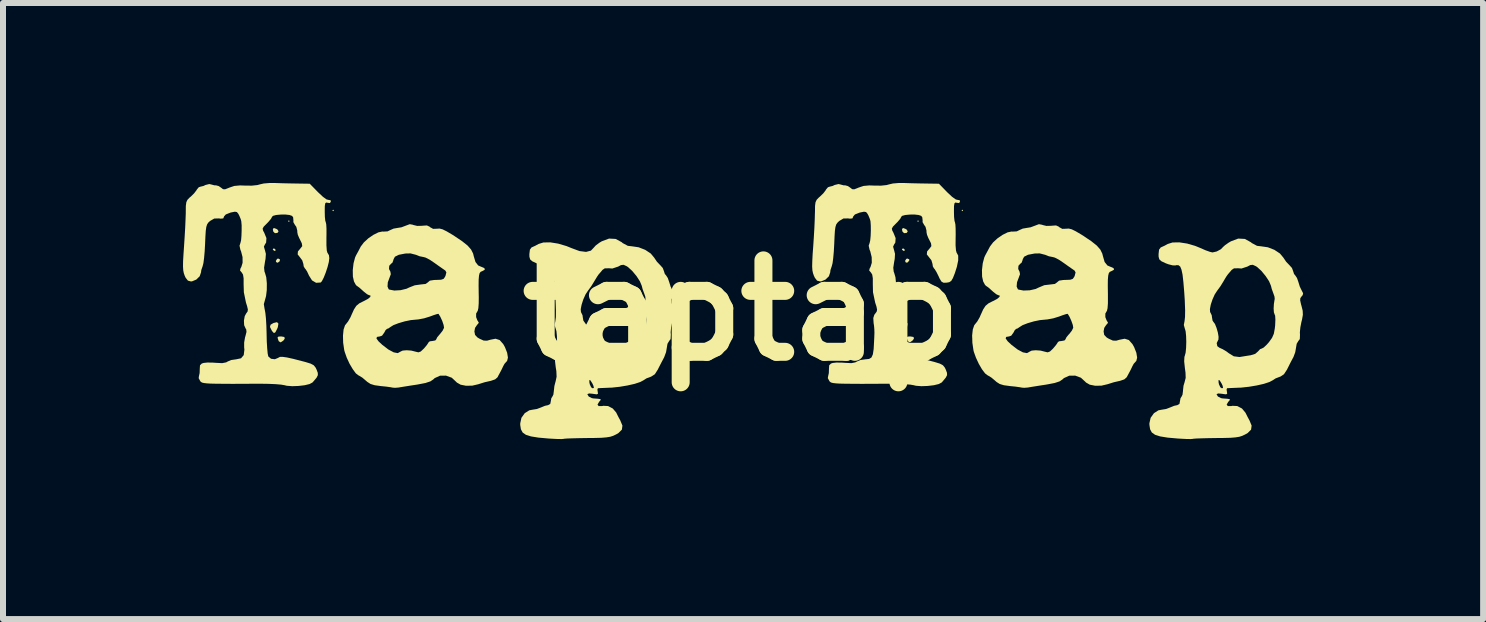
<source format=kicad_pcb>
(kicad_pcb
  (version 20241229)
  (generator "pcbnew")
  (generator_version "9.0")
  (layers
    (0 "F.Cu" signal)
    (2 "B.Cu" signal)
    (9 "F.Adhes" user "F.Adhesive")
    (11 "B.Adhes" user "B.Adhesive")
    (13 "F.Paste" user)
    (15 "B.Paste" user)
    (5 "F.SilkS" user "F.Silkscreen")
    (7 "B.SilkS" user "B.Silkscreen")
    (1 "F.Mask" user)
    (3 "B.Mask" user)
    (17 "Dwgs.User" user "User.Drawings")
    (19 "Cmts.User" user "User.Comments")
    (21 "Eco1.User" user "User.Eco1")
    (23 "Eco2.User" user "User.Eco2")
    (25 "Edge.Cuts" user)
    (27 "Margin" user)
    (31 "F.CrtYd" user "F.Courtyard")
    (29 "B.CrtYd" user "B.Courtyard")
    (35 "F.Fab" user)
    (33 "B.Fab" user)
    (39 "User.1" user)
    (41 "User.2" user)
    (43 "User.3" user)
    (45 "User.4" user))
  (footprint "taptap"
    (layer "F.Cu")
    (at 9.31 2.124)
    (property "Reference" "taptap" (at 0 0 0) (layer "F.SilkS") (effects (font (size 1.524 1.524) (thickness 0.3))))
    (attr board_only exclude_from_pos_files exclude_from_bom)
    (fp_poly (pts (xy -7.533 -1.489) (xy -7.546 -1.476) (xy -7.559 -1.489) (xy -7.546 -1.502)) (stroke (width 0) (type solid)) (fill yes) (layer "F.SilkS"))
    (fp_poly (pts (xy -6.795 -1.667) (xy -6.808 -1.654) (xy -6.821 -1.667) (xy -6.808 -1.68)) (stroke (width 0) (type solid)) (fill yes) (layer "F.SilkS"))
    (fp_poly (pts (xy 2.952 -1.489) (xy 2.94 -1.476) (xy 2.927 -1.489) (xy 2.94 -1.502)) (stroke (width 0) (type solid)) (fill yes) (layer "F.SilkS"))
    (fp_poly (pts (xy 3.69 -1.667) (xy 3.678 -1.654) (xy 3.665 -1.667) (xy 3.678 -1.68)) (stroke (width 0) (type solid)) (fill yes) (layer "F.SilkS"))
    (fp_poly (pts (xy -7.694 -0.85) (xy -7.699 -0.82) (xy -7.732 -0.795) (xy -7.758 -0.806) (xy -7.763 -0.825) (xy -7.742 -0.86) (xy -7.722 -0.865)) (stroke (width 0) (type solid)) (fill yes) (layer "F.SilkS"))
    (fp_poly (pts (xy 2.793 -0.851) (xy 2.794 -0.835) (xy 2.768 -0.801) (xy 2.738 -0.797) (xy 2.723 -0.825) (xy 2.744 -0.86) (xy 2.764 -0.865)) (stroke (width 0) (type solid)) (fill yes) (layer "F.SilkS"))
    (fp_poly (pts (xy -7.788 -1.031) (xy -7.764 -1.008) (xy -7.763 -1.004) (xy -7.782 -0.993) (xy -7.788 -0.993) (xy -7.812 -1.012) (xy -7.813 -1.02) (xy -7.798 -1.035)) (stroke (width 0) (type solid)) (fill yes) (layer "F.SilkS"))
    (fp_poly (pts (xy 2.698 -1.031) (xy 2.722 -1.008) (xy 2.723 -1.004) (xy 2.704 -0.993) (xy 2.698 -0.993) (xy 2.673 -1.012) (xy 2.672 -1.02) (xy 2.688 -1.035)) (stroke (width 0) (type solid)) (fill yes) (layer "F.SilkS"))
    (fp_poly (pts (xy -7.621 0.442) (xy -7.615 0.471) (xy -7.64 0.504) (xy -7.683 0.532) (xy -7.713 0.514) (xy -7.722 0.494) (xy -7.735 0.45) (xy -7.718 0.435) (xy -7.673 0.433)) (stroke (width 0) (type solid)) (fill yes) (layer "F.SilkS"))
    (fp_poly (pts (xy 2.865 0.442) (xy 2.871 0.471) (xy 2.845 0.504) (xy 2.803 0.532) (xy 2.773 0.514) (xy 2.764 0.494) (xy 2.751 0.45) (xy 2.768 0.435) (xy 2.812 0.433)) (stroke (width 0) (type solid)) (fill yes) (layer "F.SilkS"))
    (fp_poly (pts (xy -7.758 -1.361) (xy -7.737 -1.35) (xy -7.718 -1.319) (xy -7.735 -1.293) (xy -7.774 -1.288) (xy -7.782 -1.291) (xy -7.806 -1.316) (xy -7.813 -1.352) (xy -7.799 -1.374) (xy -7.794 -1.374)) (stroke (width 0) (type solid)) (fill yes) (layer "F.SilkS"))
    (fp_poly (pts (xy 2.727 -1.361) (xy 2.748 -1.35) (xy 2.768 -1.319) (xy 2.751 -1.293) (xy 2.711 -1.288) (xy 2.704 -1.291) (xy 2.679 -1.316) (xy 2.672 -1.352) (xy 2.687 -1.374) (xy 2.691 -1.374)) (stroke (width 0) (type solid)) (fill yes) (layer "F.SilkS"))
    (fp_poly (pts (xy -7.72 0.219) (xy -7.73 0.279) (xy -7.741 0.306) (xy -7.771 0.364) (xy -7.795 0.377) (xy -7.823 0.347) (xy -7.833 0.331) (xy -7.861 0.274) (xy -7.85 0.237) (xy -7.802 0.209) (xy -7.744 0.195)) (stroke (width 0) (type solid)) (fill yes) (layer "F.SilkS"))
    (fp_poly (pts (xy 2.765 0.219) (xy 2.755 0.279) (xy 2.744 0.306) (xy 2.715 0.364) (xy 2.691 0.377) (xy 2.663 0.347) (xy 2.653 0.331) (xy 2.625 0.274) (xy 2.636 0.237) (xy 2.684 0.209) (xy 2.741 0.195)) (stroke (width 0) (type solid)) (fill yes) (layer "F.SilkS"))
    (fp_poly (pts (xy -5.478 -1.428) (xy -5.47 -1.424) (xy -5.407 -1.409) (xy -5.327 -1.411) (xy -5.322 -1.412) (xy -5.246 -1.417) (xy -5.2 -1.396) (xy -5.193 -1.388) (xy -5.142 -1.36) (xy -5.08 -1.362) (xy -5.035 -1.365) (xy -4.984 -1.352) (xy -4.917 -1.319) (xy -4.822 -1.263) (xy -4.786 -1.24) (xy -4.657 -1.153) (xy -4.567 -1.081) (xy -4.509 -1.015) (xy -4.475 -0.948) (xy -4.465 -0.905) (xy -4.436 -0.808) (xy -4.391 -0.75) (xy -4.34 -0.728) (xy -4.287 -0.705) (xy -4.281 -0.678) (xy -4.324 -0.655) (xy -4.327 -0.654) (xy -4.35 -0.644) (xy -4.367 -0.622) (xy -4.377 -0.581) (xy -4.383 -0.513) (xy -4.384 -0.411) (xy -4.382 -0.268) (xy -4.381 -0.224) (xy -4.382 -0.118) (xy -4.388 -0.037) (xy -4.399 0.008) (xy -4.403 0.013) (xy -4.425 0.052) (xy -4.425 0.111) (xy -4.404 0.166) (xy -4.397 0.175) (xy -4.38 0.206) (xy -4.407 0.238) (xy -4.409 0.24) (xy -4.443 0.29) (xy -4.454 0.349) (xy -4.443 0.407) (xy -4.403 0.45) (xy -4.366 0.472) (xy -4.299 0.502) (xy -4.244 0.504) (xy -4.188 0.488) (xy -4.102 0.471) (xy -4.033 0.493) (xy -3.973 0.561) (xy -3.945 0.611) (xy -3.908 0.705) (xy -3.895 0.786) (xy -3.909 0.842) (xy -3.921 0.854) (xy -3.952 0.889) (xy -3.972 0.925) (xy -4.003 0.99) (xy -4.021 1.024) (xy -4.055 1.087) (xy -4.068 1.113) (xy -4.108 1.148) (xy -4.177 1.172) (xy -4.189 1.175) (xy -4.282 1.196) (xy -4.378 1.226) (xy -4.39 1.23) (xy -4.489 1.253) (xy -4.593 1.255) (xy -4.684 1.237) (xy -4.747 1.201) (xy -4.755 1.192) (xy -4.831 1.121) (xy -4.927 1.086) (xy -5.026 1.087) (xy -5.115 1.127) (xy -5.14 1.15) (xy -5.188 1.182) (xy -5.27 1.209) (xy -5.395 1.233) (xy -5.412 1.236) (xy -5.524 1.253) (xy -5.625 1.269) (xy -5.698 1.281) (xy -5.714 1.284) (xy -5.776 1.289) (xy -5.816 1.286) (xy -5.852 1.279) (xy -5.924 1.269) (xy -6.014 1.26) (xy -6.116 1.246) (xy -6.185 1.225) (xy -6.238 1.191) (xy -6.261 1.171) (xy -6.321 1.12) (xy -6.377 1.086) (xy -6.386 1.082) (xy -6.429 1.049) (xy -6.48 0.98) (xy -6.534 0.889) (xy -6.581 0.788) (xy -6.615 0.691) (xy -6.623 0.662) (xy -6.641 0.538) (xy -6.643 0.467) (xy -6.086 0.467) (xy -6.052 0.514) (xy -5.989 0.573) (xy -5.887 0.651) (xy -5.799 0.698) (xy -5.731 0.711) (xy -5.689 0.688) (xy -5.688 0.687) (xy -5.651 0.669) (xy -5.584 0.663) (xy -5.504 0.669) (xy -5.434 0.687) (xy -5.387 0.698) (xy -5.348 0.684) (xy -5.298 0.637) (xy -5.292 0.631) (xy -5.246 0.576) (xy -5.22 0.537) (xy -5.217 0.529) (xy -5.196 0.514) (xy -5.154 0.509) (xy -5.106 0.5) (xy -5.09 0.482) (xy -5.074 0.448) (xy -5.033 0.399) (xy -5.028 0.394) (xy -4.984 0.338) (xy -4.96 0.289) (xy -4.96 0.287) (xy -4.967 0.242) (xy -4.99 0.174) (xy -5.022 0.105) (xy -5.052 0.056) (xy -5.077 0.06) (xy -5.136 0.079) (xy -5.195 0.101) (xy -5.292 0.131) (xy -5.387 0.149) (xy -5.432 0.153) (xy -5.516 0.161) (xy -5.617 0.182) (xy -5.718 0.212) (xy -5.802 0.244) (xy -5.849 0.273) (xy -5.89 0.301) (xy -5.907 0.305) (xy -5.933 0.326) (xy -5.956 0.369) (xy -5.993 0.42) (xy -6.03 0.433) (xy -6.078 0.441) (xy -6.086 0.467) (xy -6.643 0.467) (xy -6.644 0.419) (xy -6.634 0.318) (xy -6.61 0.247) (xy -6.595 0.229) (xy -6.559 0.183) (xy -6.518 0.111) (xy -6.503 0.076) (xy -6.461 -0.017) (xy -6.422 -0.077) (xy -6.373 -0.118) (xy -6.3 -0.155) (xy -6.293 -0.158) (xy -6.226 -0.194) (xy -6.188 -0.227) (xy -6.186 -0.249) (xy -6.21 -0.255) (xy -6.243 -0.271) (xy -6.295 -0.312) (xy -6.316 -0.331) (xy -6.368 -0.378) (xy -6.397 -0.399) (xy -5.902 -0.399) (xy -5.883 -0.354) (xy -5.873 -0.348) (xy -5.788 -0.332) (xy -5.684 -0.338) (xy -5.585 -0.362) (xy -5.543 -0.382) (xy -5.449 -0.419) (xy -5.35 -0.433) (xy -5.266 -0.442) (xy -5.227 -0.47) (xy -5.227 -0.471) (xy -5.196 -0.497) (xy -5.124 -0.508) (xy -5.087 -0.509) (xy -5.01 -0.512) (xy -4.968 -0.526) (xy -4.944 -0.559) (xy -4.935 -0.579) (xy -4.921 -0.634) (xy -4.938 -0.665) (xy -4.951 -0.674) (xy -4.993 -0.703) (xy -5.06 -0.75) (xy -5.123 -0.795) (xy -5.199 -0.846) (xy -5.267 -0.881) (xy -5.305 -0.891) (xy -5.366 -0.903) (xy -5.426 -0.927) (xy -5.519 -0.951) (xy -5.604 -0.949) (xy -5.713 -0.928) (xy -5.778 -0.896) (xy -5.802 -0.852) (xy -5.803 -0.842) (xy -5.821 -0.795) (xy -5.841 -0.78) (xy -5.873 -0.745) (xy -5.877 -0.691) (xy -5.854 -0.647) (xy -5.847 -0.604) (xy -5.867 -0.55) (xy -5.897 -0.469) (xy -5.902 -0.399) (xy -6.397 -0.399) (xy -6.404 -0.405) (xy -6.411 -0.407) (xy -6.431 -0.428) (xy -6.458 -0.478) (xy -6.461 -0.484) (xy -6.479 -0.565) (xy -6.481 -0.672) (xy -6.468 -0.786) (xy -6.442 -0.884) (xy -6.426 -0.919) (xy -6.39 -0.984) (xy -6.35 -1.061) (xy -6.348 -1.065) (xy -6.297 -1.133) (xy -6.222 -1.202) (xy -6.136 -1.261) (xy -6.053 -1.302) (xy -5.986 -1.316) (xy -5.973 -1.314) (xy -5.901 -1.318) (xy -5.864 -1.336) (xy -5.801 -1.364) (xy -5.744 -1.374) (xy -5.669 -1.386) (xy -5.598 -1.413) (xy -5.531 -1.438)) (stroke (width 0) (type solid)) (fill yes) (layer "F.SilkS"))
    (fp_poly (pts (xy 5.007 -1.428) (xy 5.016 -1.424) (xy 5.078 -1.409) (xy 5.159 -1.411) (xy 5.164 -1.412) (xy 5.24 -1.417) (xy 5.286 -1.396) (xy 5.293 -1.388) (xy 5.344 -1.36) (xy 5.405 -1.362) (xy 5.451 -1.365) (xy 5.502 -1.352) (xy 5.569 -1.319) (xy 5.664 -1.263) (xy 5.7 -1.24) (xy 5.829 -1.153) (xy 5.919 -1.081) (xy 5.977 -1.015) (xy 6.01 -0.948) (xy 6.021 -0.905) (xy 6.049 -0.808) (xy 6.095 -0.75) (xy 6.146 -0.728) (xy 6.199 -0.705) (xy 6.205 -0.678) (xy 6.162 -0.655) (xy 6.159 -0.654) (xy 6.136 -0.644) (xy 6.119 -0.622) (xy 6.109 -0.581) (xy 6.103 -0.513) (xy 6.102 -0.411) (xy 6.104 -0.268) (xy 6.104 -0.224) (xy 6.104 -0.118) (xy 6.098 -0.037) (xy 6.087 0.008) (xy 6.083 0.013) (xy 6.061 0.052) (xy 6.061 0.111) (xy 6.082 0.166) (xy 6.089 0.175) (xy 6.106 0.206) (xy 6.079 0.238) (xy 6.076 0.24) (xy 6.043 0.29) (xy 6.032 0.349) (xy 6.042 0.407) (xy 6.083 0.45) (xy 6.12 0.472) (xy 6.187 0.502) (xy 6.242 0.504) (xy 6.298 0.488) (xy 6.384 0.471) (xy 6.453 0.493) (xy 6.513 0.561) (xy 6.541 0.611) (xy 6.578 0.705) (xy 6.591 0.786) (xy 6.577 0.842) (xy 6.565 0.854) (xy 6.534 0.889) (xy 6.514 0.925) (xy 6.483 0.99) (xy 6.465 1.024) (xy 6.431 1.087) (xy 6.417 1.113) (xy 6.378 1.148) (xy 6.309 1.172) (xy 6.296 1.175) (xy 6.204 1.196) (xy 6.108 1.226) (xy 6.095 1.23) (xy 5.997 1.253) (xy 5.893 1.255) (xy 5.802 1.237) (xy 5.739 1.201) (xy 5.731 1.192) (xy 5.654 1.121) (xy 5.559 1.086) (xy 5.46 1.087) (xy 5.371 1.127) (xy 5.346 1.15) (xy 5.298 1.182) (xy 5.216 1.209) (xy 5.09 1.233) (xy 5.073 1.236) (xy 4.962 1.253) (xy 4.861 1.269) (xy 4.788 1.281) (xy 4.772 1.284) (xy 4.709 1.289) (xy 4.67 1.286) (xy 4.633 1.279) (xy 4.562 1.269) (xy 4.472 1.26) (xy 4.369 1.246) (xy 4.3 1.225) (xy 4.247 1.191) (xy 4.225 1.171) (xy 4.164 1.12) (xy 4.109 1.086) (xy 4.1 1.082) (xy 4.057 1.049) (xy 4.005 0.98) (xy 3.952 0.889) (xy 3.905 0.788) (xy 3.87 0.691) (xy 3.863 0.662) (xy 3.845 0.538) (xy 3.843 0.467) (xy 4.4 0.467) (xy 4.434 0.514) (xy 4.497 0.573) (xy 4.599 0.651) (xy 4.687 0.698) (xy 4.755 0.711) (xy 4.797 0.688) (xy 4.797 0.687) (xy 4.834 0.669) (xy 4.902 0.663) (xy 4.982 0.669) (xy 5.052 0.687) (xy 5.099 0.698) (xy 5.138 0.684) (xy 5.188 0.637) (xy 5.193 0.631) (xy 5.239 0.576) (xy 5.266 0.537) (xy 5.268 0.529) (xy 5.29 0.514) (xy 5.332 0.509) (xy 5.38 0.5) (xy 5.396 0.482) (xy 5.412 0.448) (xy 5.452 0.399) (xy 5.458 0.394) (xy 5.502 0.338) (xy 5.526 0.289) (xy 5.526 0.287) (xy 5.519 0.242) (xy 5.495 0.174) (xy 5.464 0.105) (xy 5.434 0.056) (xy 5.409 0.06) (xy 5.35 0.079) (xy 5.291 0.101) (xy 5.194 0.131) (xy 5.098 0.149) (xy 5.054 0.153) (xy 4.97 0.161) (xy 4.869 0.182) (xy 4.767 0.212) (xy 4.684 0.244) (xy 4.637 0.273) (xy 4.596 0.301) (xy 4.579 0.305) (xy 4.553 0.326) (xy 4.53 0.369) (xy 4.493 0.42) (xy 4.456 0.433) (xy 4.408 0.441) (xy 4.4 0.467) (xy 3.843 0.467) (xy 3.841 0.419) (xy 3.852 0.318) (xy 3.876 0.247) (xy 3.89 0.229) (xy 3.927 0.183) (xy 3.968 0.111) (xy 3.983 0.076) (xy 4.025 -0.017) (xy 4.064 -0.077) (xy 4.113 -0.118) (xy 4.185 -0.155) (xy 4.193 -0.158) (xy 4.26 -0.194) (xy 4.298 -0.227) (xy 4.3 -0.249) (xy 4.276 -0.255) (xy 4.243 -0.271) (xy 4.191 -0.312) (xy 4.17 -0.331) (xy 4.118 -0.378) (xy 4.089 -0.399) (xy 4.583 -0.399) (xy 4.603 -0.354) (xy 4.613 -0.348) (xy 4.697 -0.332) (xy 4.801 -0.336) (xy 4.899 -0.358) (xy 4.95 -0.382) (xy 5.043 -0.421) (xy 5.136 -0.432) (xy 5.22 -0.442) (xy 5.259 -0.47) (xy 5.259 -0.471) (xy 5.29 -0.497) (xy 5.362 -0.508) (xy 5.399 -0.509) (xy 5.476 -0.512) (xy 5.518 -0.526) (xy 5.542 -0.559) (xy 5.551 -0.579) (xy 5.565 -0.634) (xy 5.548 -0.665) (xy 5.535 -0.674) (xy 5.493 -0.703) (xy 5.426 -0.75) (xy 5.363 -0.795) (xy 5.287 -0.846) (xy 5.219 -0.881) (xy 5.181 -0.891) (xy 5.12 -0.903) (xy 5.06 -0.927) (xy 4.967 -0.951) (xy 4.882 -0.949) (xy 4.772 -0.928) (xy 4.708 -0.896) (xy 4.684 -0.852) (xy 4.683 -0.842) (xy 4.665 -0.795) (xy 4.645 -0.78) (xy 4.613 -0.745) (xy 4.609 -0.691) (xy 4.631 -0.647) (xy 4.639 -0.604) (xy 4.619 -0.55) (xy 4.589 -0.469) (xy 4.583 -0.399) (xy 4.089 -0.399) (xy 4.081 -0.405) (xy 4.075 -0.407) (xy 4.055 -0.428) (xy 4.028 -0.478) (xy 4.025 -0.484) (xy 4.007 -0.565) (xy 4.005 -0.672) (xy 4.018 -0.786) (xy 4.044 -0.884) (xy 4.06 -0.919) (xy 4.095 -0.984) (xy 4.136 -1.061) (xy 4.138 -1.065) (xy 4.189 -1.133) (xy 4.264 -1.202) (xy 4.35 -1.261) (xy 4.433 -1.302) (xy 4.5 -1.316) (xy 4.512 -1.314) (xy 4.585 -1.318) (xy 4.622 -1.336) (xy 4.684 -1.364) (xy 4.741 -1.374) (xy 4.816 -1.386) (xy 4.888 -1.413) (xy 4.954 -1.438)) (stroke (width 0) (type solid)) (fill yes) (layer "F.SilkS"))
    (fp_poly (pts (xy -2.099 -1.192) (xy -1.998 -1.137) (xy -1.983 -1.123) (xy -1.897 -1.077) (xy -1.827 -1.069) (xy -1.717 -1.053) (xy -1.607 -1.01) (xy -1.515 -0.949) (xy -1.459 -0.882) (xy -1.412 -0.812) (xy -1.358 -0.756) (xy -1.315 -0.708) (xy -1.298 -0.663) (xy -1.28 -0.608) (xy -1.261 -0.587) (xy -1.231 -0.541) (xy -1.208 -0.475) (xy -1.184 -0.398) (xy -1.155 -0.338) (xy -1.133 -0.284) (xy -1.147 -0.236) (xy -1.15 -0.23) (xy -1.168 -0.185) (xy -1.165 -0.124) (xy -1.151 -0.065) (xy -1.135 0.019) (xy -1.137 0.097) (xy -1.157 0.192) (xy -1.176 0.284) (xy -1.183 0.366) (xy -1.18 0.404) (xy -1.184 0.477) (xy -1.207 0.507) (xy -1.236 0.555) (xy -1.247 0.62) (xy -1.26 0.696) (xy -1.291 0.779) (xy -1.296 0.789) (xy -1.34 0.872) (xy -1.387 0.964) (xy -1.396 0.983) (xy -1.447 1.063) (xy -1.509 1.103) (xy -1.518 1.106) (xy -1.587 1.132) (xy -1.633 1.162) (xy -1.689 1.192) (xy -1.783 1.223) (xy -1.902 1.25) (xy -2.033 1.272) (xy -2.164 1.286) (xy -2.202 1.287) (xy -2.292 1.291) (xy -2.362 1.294) (xy -2.396 1.296) (xy -2.396 1.296) (xy -2.404 1.318) (xy -2.399 1.352) (xy -2.394 1.387) (xy -2.413 1.398) (xy -2.468 1.391) (xy -2.478 1.389) (xy -2.542 1.383) (xy -2.57 1.394) (xy -2.571 1.397) (xy -2.549 1.434) (xy -2.497 1.461) (xy -2.469 1.466) (xy -2.39 1.472) (xy -2.353 1.478) (xy -2.349 1.491) (xy -2.37 1.516) (xy -2.377 1.525) (xy -2.402 1.569) (xy -2.384 1.593) (xy -2.326 1.593) (xy -2.304 1.589) (xy -2.226 1.593) (xy -2.148 1.634) (xy -2.09 1.702) (xy -2.085 1.713) (xy -2.052 1.779) (xy -2.023 1.832) (xy -1.987 1.919) (xy -1.996 1.986) (xy -2.052 2.042) (xy -2.093 2.066) (xy -2.141 2.089) (xy -2.191 2.105) (xy -2.254 2.115) (xy -2.338 2.122) (xy -2.456 2.125) (xy -2.572 2.126) (xy -2.705 2.128) (xy -2.821 2.131) (xy -2.908 2.134) (xy -2.959 2.138) (xy -2.966 2.14) (xy -3.001 2.143) (xy -3.074 2.142) (xy -3.171 2.137) (xy -3.22 2.134) (xy -3.387 2.119) (xy -3.511 2.099) (xy -3.596 2.072) (xy -3.65 2.034) (xy -3.679 1.98) (xy -3.69 1.909) (xy -3.69 1.881) (xy -3.67 1.789) (xy -3.615 1.712) (xy -3.539 1.664) (xy -3.486 1.654) (xy -3.412 1.642) (xy -3.343 1.616) (xy -3.278 1.589) (xy -3.226 1.578) (xy -3.19 1.558) (xy -3.181 1.516) (xy -3.172 1.462) (xy -3.156 1.438) (xy -3.138 1.404) (xy -3.13 1.343) (xy -3.13 1.343) (xy -3.121 1.26) (xy -3.105 1.198) (xy -2.538 1.198) (xy -2.531 1.231) (xy -2.508 1.281) (xy -2.481 1.298) (xy -2.462 1.289) (xy -2.471 1.253) (xy -2.486 1.22) (xy -2.519 1.166) (xy -2.538 1.158) (xy -2.538 1.198) (xy -3.105 1.198) (xy -3.1 1.18) (xy -3.084 1.105) (xy -3.088 1.011) (xy -3.098 0.95) (xy -3.111 0.839) (xy -3.105 0.767) (xy -3.1 0.756) (xy -3.087 0.704) (xy -3.079 0.621) (xy -3.076 0.523) (xy -3.079 0.426) (xy -3.087 0.346) (xy -3.1 0.299) (xy -3.102 0.296) (xy -3.117 0.242) (xy -3.105 0.179) (xy -3.096 0.11) (xy -3.095 -0.005) (xy -3.096 -0.022) (xy -2.682 -0.022) (xy -2.678 0.027) (xy -2.674 0.034) (xy -2.652 0.08) (xy -2.647 0.118) (xy -2.638 0.169) (xy -2.624 0.189) (xy -2.598 0.225) (xy -2.572 0.29) (xy -2.55 0.367) (xy -2.538 0.438) (xy -2.539 0.485) (xy -2.543 0.492) (xy -2.569 0.544) (xy -2.558 0.595) (xy -2.526 0.62) (xy -2.468 0.646) (xy -2.405 0.684) (xy -2.367 0.713) (xy -2.284 0.764) (xy -2.189 0.776) (xy -2.176 0.774) (xy -2.097 0.761) (xy -2.008 0.747) (xy -2.004 0.747) (xy -1.926 0.723) (xy -1.882 0.684) (xy -1.846 0.645) (xy -1.821 0.636) (xy -1.786 0.618) (xy -1.734 0.57) (xy -1.698 0.528) (xy -1.647 0.457) (xy -1.617 0.389) (xy -1.601 0.302) (xy -1.595 0.249) (xy -1.59 0.154) (xy -1.595 0.087) (xy -1.605 0.063) (xy -1.616 0.031) (xy -1.62 -0.032) (xy -1.616 -0.108) (xy -1.605 -0.179) (xy -1.602 -0.191) (xy -1.606 -0.231) (xy -1.623 -0.28) (xy -1.651 -0.357) (xy -1.665 -0.412) (xy -1.696 -0.486) (xy -1.753 -0.574) (xy -1.824 -0.659) (xy -1.894 -0.723) (xy -1.915 -0.737) (xy -1.968 -0.761) (xy -2.011 -0.756) (xy -2.058 -0.731) (xy -2.155 -0.699) (xy -2.208 -0.703) (xy -2.281 -0.702) (xy -2.319 -0.676) (xy -2.361 -0.626) (xy -2.381 -0.604) (xy -2.41 -0.562) (xy -2.449 -0.498) (xy -2.457 -0.484) (xy -2.505 -0.406) (xy -2.556 -0.336) (xy -2.56 -0.331) (xy -2.602 -0.267) (xy -2.639 -0.184) (xy -2.667 -0.097) (xy -2.682 -0.022) (xy -3.096 -0.022) (xy -3.101 -0.165) (xy -3.11 -0.303) (xy -3.124 -0.472) (xy -3.138 -0.596) (xy -3.155 -0.68) (xy -3.177 -0.731) (xy -3.205 -0.754) (xy -3.242 -0.755) (xy -3.259 -0.75) (xy -3.306 -0.752) (xy -3.378 -0.771) (xy -3.42 -0.787) (xy -3.49 -0.82) (xy -3.525 -0.851) (xy -3.537 -0.895) (xy -3.538 -0.938) (xy -3.529 -1.013) (xy -3.502 -1.05) (xy -3.493 -1.054) (xy -3.438 -1.079) (xy -3.385 -1.108) (xy -3.304 -1.133) (xy -3.19 -1.135) (xy -3.058 -1.114) (xy -2.919 -1.073) (xy -2.835 -1.039) (xy -2.703 -0.99) (xy -2.593 -0.976) (xy -2.512 -0.997) (xy -2.469 -1.042) (xy -2.433 -1.082) (xy -2.369 -1.13) (xy -2.33 -1.153) (xy -2.21 -1.198)) (stroke (width 0) (type solid)) (fill yes) (layer "F.SilkS"))
    (fp_poly (pts (xy 8.387 -1.192) (xy 8.488 -1.136) (xy 8.503 -1.123) (xy 8.589 -1.077) (xy 8.658 -1.069) (xy 8.769 -1.053) (xy 8.879 -1.01) (xy 8.971 -0.949) (xy 9.027 -0.882) (xy 9.074 -0.812) (xy 9.128 -0.756) (xy 9.171 -0.708) (xy 9.188 -0.663) (xy 9.206 -0.608) (xy 9.224 -0.587) (xy 9.255 -0.541) (xy 9.278 -0.475) (xy 9.302 -0.397) (xy 9.333 -0.334) (xy 9.357 -0.287) (xy 9.35 -0.255) (xy 9.333 -0.236) (xy 9.311 -0.206) (xy 9.308 -0.168) (xy 9.322 -0.104) (xy 9.33 -0.076) (xy 9.35 0.004) (xy 9.353 0.072) (xy 9.339 0.152) (xy 9.329 0.19) (xy 9.311 0.282) (xy 9.303 0.365) (xy 9.305 0.404) (xy 9.302 0.477) (xy 9.279 0.507) (xy 9.25 0.555) (xy 9.239 0.62) (xy 9.226 0.696) (xy 9.195 0.779) (xy 9.189 0.789) (xy 9.145 0.872) (xy 9.099 0.964) (xy 9.09 0.983) (xy 9.038 1.063) (xy 8.977 1.103) (xy 8.967 1.106) (xy 8.899 1.132) (xy 8.853 1.162) (xy 8.797 1.192) (xy 8.703 1.223) (xy 8.584 1.25) (xy 8.452 1.272) (xy 8.322 1.286) (xy 8.284 1.287) (xy 8.193 1.291) (xy 8.124 1.294) (xy 8.09 1.296) (xy 8.089 1.296) (xy 8.082 1.318) (xy 8.087 1.352) (xy 8.092 1.387) (xy 8.073 1.398) (xy 8.018 1.391) (xy 8.008 1.389) (xy 7.944 1.383) (xy 7.916 1.394) (xy 7.915 1.397) (xy 7.937 1.434) (xy 7.989 1.461) (xy 8.017 1.466) (xy 8.096 1.472) (xy 8.133 1.478) (xy 8.137 1.491) (xy 8.116 1.516) (xy 8.108 1.525) (xy 8.083 1.569) (xy 8.102 1.593) (xy 8.16 1.593) (xy 8.181 1.589) (xy 8.26 1.593) (xy 8.338 1.634) (xy 8.395 1.702) (xy 8.401 1.713) (xy 8.434 1.779) (xy 8.463 1.832) (xy 8.499 1.919) (xy 8.49 1.986) (xy 8.434 2.042) (xy 8.392 2.066) (xy 8.344 2.089) (xy 8.294 2.105) (xy 8.232 2.115) (xy 8.147 2.122) (xy 8.03 2.125) (xy 7.914 2.126) (xy 7.781 2.128) (xy 7.665 2.131) (xy 7.577 2.134) (xy 7.527 2.138) (xy 7.519 2.14) (xy 7.485 2.143) (xy 7.412 2.142) (xy 7.315 2.137) (xy 7.266 2.134) (xy 7.098 2.119) (xy 6.975 2.099) (xy 6.89 2.072) (xy 6.836 2.034) (xy 6.807 1.98) (xy 6.796 1.909) (xy 6.795 1.881) (xy 6.816 1.789) (xy 6.871 1.712) (xy 6.946 1.664) (xy 7 1.654) (xy 7.074 1.642) (xy 7.142 1.616) (xy 7.208 1.589) (xy 7.26 1.578) (xy 7.296 1.558) (xy 7.304 1.516) (xy 7.314 1.462) (xy 7.33 1.438) (xy 7.347 1.404) (xy 7.355 1.343) (xy 7.355 1.336) (xy 7.364 1.254) (xy 7.381 1.198) (xy 7.948 1.198) (xy 7.955 1.231) (xy 7.978 1.281) (xy 8.005 1.298) (xy 8.023 1.289) (xy 8.015 1.253) (xy 8 1.22) (xy 7.967 1.166) (xy 7.948 1.158) (xy 7.948 1.198) (xy 7.381 1.198) (xy 7.384 1.186) (xy 7.4 1.124) (xy 7.397 1.035) (xy 7.387 0.962) (xy 7.375 0.849) (xy 7.379 0.773) (xy 7.385 0.756) (xy 7.399 0.704) (xy 7.407 0.621) (xy 7.41 0.523) (xy 7.407 0.426) (xy 7.399 0.346) (xy 7.385 0.299) (xy 7.384 0.296) (xy 7.369 0.242) (xy 7.381 0.179) (xy 7.389 0.11) (xy 7.391 -0.005) (xy 7.39 -0.022) (xy 7.804 -0.022) (xy 7.807 0.027) (xy 7.812 0.034) (xy 7.834 0.08) (xy 7.839 0.118) (xy 7.848 0.169) (xy 7.861 0.189) (xy 7.888 0.225) (xy 7.914 0.29) (xy 7.936 0.367) (xy 7.948 0.438) (xy 7.946 0.485) (xy 7.942 0.492) (xy 7.917 0.544) (xy 7.927 0.595) (xy 7.96 0.62) (xy 8.017 0.646) (xy 8.081 0.684) (xy 8.119 0.713) (xy 8.202 0.764) (xy 8.297 0.776) (xy 8.31 0.774) (xy 8.389 0.761) (xy 8.478 0.747) (xy 8.482 0.747) (xy 8.559 0.723) (xy 8.604 0.684) (xy 8.64 0.645) (xy 8.665 0.636) (xy 8.7 0.618) (xy 8.751 0.57) (xy 8.788 0.528) (xy 8.839 0.457) (xy 8.869 0.389) (xy 8.885 0.302) (xy 8.891 0.249) (xy 8.895 0.154) (xy 8.891 0.087) (xy 8.881 0.063) (xy 8.87 0.031) (xy 8.866 -0.032) (xy 8.87 -0.108) (xy 8.881 -0.179) (xy 8.884 -0.191) (xy 8.88 -0.231) (xy 8.863 -0.28) (xy 8.835 -0.357) (xy 8.821 -0.412) (xy 8.79 -0.486) (xy 8.732 -0.574) (xy 8.662 -0.659) (xy 8.592 -0.723) (xy 8.571 -0.737) (xy 8.518 -0.761) (xy 8.475 -0.756) (xy 8.428 -0.731) (xy 8.33 -0.699) (xy 8.278 -0.703) (xy 8.205 -0.702) (xy 8.167 -0.676) (xy 8.124 -0.626) (xy 8.105 -0.604) (xy 8.075 -0.562) (xy 8.037 -0.498) (xy 8.029 -0.484) (xy 7.981 -0.406) (xy 7.93 -0.336) (xy 7.926 -0.331) (xy 7.884 -0.267) (xy 7.847 -0.184) (xy 7.818 -0.097) (xy 7.804 -0.022) (xy 7.39 -0.022) (xy 7.385 -0.165) (xy 7.376 -0.303) (xy 7.362 -0.472) (xy 7.348 -0.596) (xy 7.33 -0.68) (xy 7.309 -0.731) (xy 7.28 -0.754) (xy 7.244 -0.755) (xy 7.227 -0.75) (xy 7.18 -0.752) (xy 7.108 -0.771) (xy 7.066 -0.787) (xy 6.996 -0.82) (xy 6.961 -0.851) (xy 6.949 -0.895) (xy 6.948 -0.938) (xy 6.956 -1.013) (xy 6.984 -1.05) (xy 6.993 -1.054) (xy 7.048 -1.079) (xy 7.101 -1.108) (xy 7.181 -1.133) (xy 7.293 -1.135) (xy 7.424 -1.115) (xy 7.559 -1.076) (xy 7.644 -1.041) (xy 7.731 -1.003) (xy 7.804 -0.977) (xy 7.847 -0.967) (xy 7.917 -0.983) (xy 7.986 -1.02) (xy 8.023 -1.058) (xy 8.056 -1.088) (xy 8.116 -1.13) (xy 8.156 -1.153) (xy 8.276 -1.198)) (stroke (width 0) (type solid)) (fill yes) (layer "F.SilkS"))
    (fp_poly (pts (xy 2.832 -2.12) (xy 2.971 -2.117) (xy 3.088 -2.115) (xy 3.288 -2.112) (xy 3.426 -1.97) (xy 3.507 -1.894) (xy 3.569 -1.85) (xy 3.602 -1.842) (xy 3.634 -1.837) (xy 3.639 -1.817) (xy 3.625 -1.79) (xy 3.589 -1.794) (xy 3.561 -1.799) (xy 3.546 -1.784) (xy 3.539 -1.74) (xy 3.538 -1.656) (xy 3.538 -1.648) (xy 3.54 -1.561) (xy 3.547 -1.495) (xy 3.555 -1.467) (xy 3.562 -1.435) (xy 3.566 -1.365) (xy 3.567 -1.268) (xy 3.566 -1.211) (xy 3.565 -1.086) (xy 3.572 -0.999) (xy 3.584 -0.958) (xy 3.587 -0.956) (xy 3.609 -0.914) (xy 3.609 -0.835) (xy 3.587 -0.728) (xy 3.554 -0.624) (xy 3.521 -0.54) (xy 3.493 -0.493) (xy 3.46 -0.471) (xy 3.415 -0.463) (xy 3.364 -0.462) (xy 3.33 -0.481) (xy 3.3 -0.53) (xy 3.282 -0.57) (xy 3.247 -0.64) (xy 3.217 -0.689) (xy 3.206 -0.7) (xy 3.186 -0.735) (xy 3.181 -0.774) (xy 3.163 -0.835) (xy 3.13 -0.878) (xy 3.086 -0.934) (xy 3.091 -0.984) (xy 3.129 -1.029) (xy 3.162 -1.072) (xy 3.156 -1.118) (xy 3.151 -1.129) (xy 3.11 -1.21) (xy 3.089 -1.262) (xy 3.081 -1.303) (xy 3.08 -1.333) (xy 3.064 -1.394) (xy 3.041 -1.426) (xy 3.015 -1.472) (xy 3.016 -1.502) (xy 3.01 -1.553) (xy 2.993 -1.576) (xy 2.95 -1.591) (xy 2.881 -1.599) (xy 2.802 -1.598) (xy 2.728 -1.591) (xy 2.675 -1.577) (xy 2.66 -1.561) (xy 2.643 -1.528) (xy 2.599 -1.476) (xy 2.573 -1.45) (xy 2.522 -1.398) (xy 2.503 -1.364) (xy 2.511 -1.329) (xy 2.529 -1.297) (xy 2.566 -1.206) (xy 2.561 -1.131) (xy 2.541 -1.1) (xy 2.524 -1.063) (xy 2.539 -1.008) (xy 2.54 -1.006) (xy 2.556 -0.943) (xy 2.551 -0.859) (xy 2.542 -0.811) (xy 2.527 -0.713) (xy 2.534 -0.646) (xy 2.542 -0.627) (xy 2.563 -0.554) (xy 2.573 -0.452) (xy 2.572 -0.34) (xy 2.56 -0.24) (xy 2.544 -0.185) (xy 2.522 -0.106) (xy 2.534 -0.028) (xy 2.537 -0.02) (xy 2.548 0.038) (xy 2.558 0.133) (xy 2.565 0.253) (xy 2.569 0.385) (xy 2.569 0.392) (xy 2.572 0.52) (xy 2.579 0.632) (xy 2.587 0.718) (xy 2.597 0.765) (xy 2.598 0.767) (xy 2.643 0.805) (xy 2.706 0.813) (xy 2.764 0.789) (xy 2.767 0.786) (xy 2.791 0.774) (xy 2.836 0.773) (xy 2.906 0.783) (xy 3.01 0.806) (xy 3.154 0.843) (xy 3.216 0.859) (xy 3.303 0.886) (xy 3.355 0.914) (xy 3.387 0.954) (xy 3.402 0.986) (xy 3.422 1.039) (xy 3.423 1.079) (xy 3.4 1.122) (xy 3.35 1.182) (xy 3.334 1.2) (xy 3.286 1.226) (xy 3.203 1.246) (xy 3.102 1.258) (xy 2.997 1.262) (xy 2.905 1.255) (xy 2.863 1.245) (xy 2.81 1.236) (xy 2.717 1.228) (xy 2.598 1.223) (xy 2.465 1.221) (xy 2.443 1.221) (xy 2.201 1.222) (xy 2.004 1.223) (xy 1.847 1.222) (xy 1.727 1.221) (xy 1.637 1.219) (xy 1.572 1.215) (xy 1.528 1.21) (xy 1.5 1.204) (xy 1.481 1.195) (xy 1.468 1.184) (xy 1.464 1.18) (xy 1.436 1.128) (xy 1.441 1.097) (xy 1.453 1.043) (xy 1.455 0.974) (xy 1.459 0.914) (xy 1.488 0.885) (xy 1.517 0.875) (xy 1.579 0.868) (xy 1.668 0.869) (xy 1.727 0.873) (xy 1.829 0.878) (xy 1.895 0.865) (xy 1.92 0.851) (xy 1.979 0.826) (xy 2.056 0.815) (xy 2.065 0.814) (xy 2.124 0.808) (xy 2.163 0.784) (xy 2.187 0.731) (xy 2.2 0.643) (xy 2.204 0.573) (xy 2.21 0.455) (xy 2.213 0.373) (xy 2.211 0.311) (xy 2.206 0.253) (xy 2.199 0.209) (xy 2.194 0.126) (xy 2.211 0.072) (xy 2.227 0.051) (xy 2.25 0.02) (xy 2.257 -0.013) (xy 2.247 -0.064) (xy 2.225 -0.132) (xy 2.189 -0.303) (xy 2.186 -0.435) (xy 2.186 -0.536) (xy 2.176 -0.598) (xy 2.154 -0.634) (xy 2.152 -0.635) (xy 2.125 -0.667) (xy 2.135 -0.704) (xy 2.147 -0.723) (xy 2.169 -0.795) (xy 2.167 -0.89) (xy 2.143 -0.987) (xy 2.132 -1.012) (xy 2.117 -1.079) (xy 2.133 -1.126) (xy 2.143 -1.17) (xy 2.15 -1.245) (xy 2.153 -1.333) (xy 2.152 -1.42) (xy 2.147 -1.488) (xy 2.138 -1.521) (xy 2.128 -1.546) (xy 2.113 -1.582) (xy 2.097 -1.612) (xy 2.074 -1.64) (xy 2.039 -1.646) (xy 1.975 -1.633) (xy 1.964 -1.63) (xy 1.888 -1.6) (xy 1.858 -1.565) (xy 1.858 -1.561) (xy 1.846 -1.534) (xy 1.804 -1.53) (xy 1.775 -1.534) (xy 1.697 -1.533) (xy 1.629 -1.493) (xy 1.624 -1.489) (xy 1.596 -1.462) (xy 1.576 -1.433) (xy 1.563 -1.391) (xy 1.554 -1.327) (xy 1.548 -1.23) (xy 1.543 -1.111) (xy 1.536 -0.984) (xy 1.526 -0.872) (xy 1.515 -0.788) (xy 1.503 -0.742) (xy 1.503 -0.741) (xy 1.48 -0.673) (xy 1.476 -0.635) (xy 1.454 -0.57) (xy 1.398 -0.515) (xy 1.326 -0.485) (xy 1.306 -0.484) (xy 1.257 -0.497) (xy 1.22 -0.545) (xy 1.204 -0.579) (xy 1.189 -0.622) (xy 1.179 -0.669) (xy 1.175 -0.731) (xy 1.177 -0.818) (xy 1.183 -0.937) (xy 1.193 -1.069) (xy 1.203 -1.223) (xy 1.212 -1.376) (xy 1.218 -1.513) (xy 1.221 -1.619) (xy 1.222 -1.646) (xy 1.223 -1.742) (xy 1.231 -1.803) (xy 1.25 -1.844) (xy 1.285 -1.881) (xy 1.304 -1.897) (xy 1.361 -1.952) (xy 1.4 -2.003) (xy 1.405 -2.014) (xy 1.438 -2.053) (xy 1.463 -2.062) (xy 1.516 -2.075) (xy 1.549 -2.091) (xy 1.614 -2.107) (xy 1.645 -2.1) (xy 1.701 -2.085) (xy 1.727 -2.085) (xy 1.771 -2.073) (xy 1.809 -2.047) (xy 1.843 -2.021) (xy 1.877 -2.019) (xy 1.931 -2.04) (xy 1.95 -2.048) (xy 2.03 -2.075) (xy 2.127 -2.084) (xy 2.211 -2.081) (xy 2.323 -2.08) (xy 2.417 -2.09) (xy 2.456 -2.101) (xy 2.521 -2.116) (xy 2.615 -2.124) (xy 2.711 -2.124)) (stroke (width 0) (type solid)) (fill yes) (layer "F.SilkS"))
    (fp_poly (pts (xy -7.654 -2.12) (xy -7.514 -2.117) (xy -7.398 -2.115) (xy -7.198 -2.112) (xy -7.059 -1.97) (xy -6.978 -1.894) (xy -6.917 -1.85) (xy -6.883 -1.842) (xy -6.851 -1.837) (xy -6.846 -1.817) (xy -6.861 -1.79) (xy -6.897 -1.794) (xy -6.925 -1.799) (xy -6.94 -1.784) (xy -6.947 -1.74) (xy -6.948 -1.656) (xy -6.948 -1.648) (xy -6.946 -1.561) (xy -6.939 -1.495) (xy -6.93 -1.467) (xy -6.923 -1.435) (xy -6.919 -1.365) (xy -6.919 -1.268) (xy -6.92 -1.211) (xy -6.92 -1.086) (xy -6.914 -0.999) (xy -6.902 -0.958) (xy -6.899 -0.956) (xy -6.878 -0.92) (xy -6.872 -0.872) (xy -6.88 -0.807) (xy -6.902 -0.721) (xy -6.932 -0.63) (xy -6.965 -0.547) (xy -6.996 -0.487) (xy -7.016 -0.466) (xy -7.092 -0.461) (xy -7.16 -0.501) (xy -7.211 -0.582) (xy -7.211 -0.583) (xy -7.242 -0.649) (xy -7.271 -0.693) (xy -7.278 -0.699) (xy -7.299 -0.735) (xy -7.304 -0.774) (xy -7.323 -0.835) (xy -7.355 -0.878) (xy -7.399 -0.934) (xy -7.395 -0.984) (xy -7.357 -1.029) (xy -7.323 -1.072) (xy -7.33 -1.118) (xy -7.335 -1.129) (xy -7.375 -1.21) (xy -7.397 -1.262) (xy -7.405 -1.303) (xy -7.406 -1.333) (xy -7.422 -1.394) (xy -7.445 -1.426) (xy -7.471 -1.472) (xy -7.47 -1.502) (xy -7.475 -1.553) (xy -7.493 -1.576) (xy -7.535 -1.591) (xy -7.604 -1.599) (xy -7.684 -1.598) (xy -7.758 -1.591) (xy -7.81 -1.577) (xy -7.826 -1.561) (xy -7.843 -1.528) (xy -7.887 -1.476) (xy -7.912 -1.45) (xy -7.964 -1.398) (xy -7.983 -1.364) (xy -7.975 -1.329) (xy -7.957 -1.297) (xy -7.92 -1.206) (xy -7.925 -1.131) (xy -7.945 -1.1) (xy -7.962 -1.063) (xy -7.946 -1.008) (xy -7.945 -1.006) (xy -7.929 -0.943) (xy -7.935 -0.859) (xy -7.944 -0.811) (xy -7.959 -0.713) (xy -7.952 -0.646) (xy -7.944 -0.627) (xy -7.923 -0.554) (xy -7.913 -0.452) (xy -7.914 -0.34) (xy -7.926 -0.24) (xy -7.941 -0.185) (xy -7.963 -0.106) (xy -7.951 -0.028) (xy -7.949 -0.02) (xy -7.938 0.038) (xy -7.928 0.133) (xy -7.921 0.253) (xy -7.917 0.385) (xy -7.917 0.392) (xy -7.914 0.52) (xy -7.907 0.632) (xy -7.899 0.718) (xy -7.889 0.765) (xy -7.888 0.767) (xy -7.843 0.805) (xy -7.779 0.813) (xy -7.722 0.789) (xy -7.719 0.786) (xy -7.694 0.774) (xy -7.65 0.773) (xy -7.579 0.783) (xy -7.475 0.806) (xy -7.332 0.843) (xy -7.27 0.859) (xy -7.183 0.886) (xy -7.131 0.914) (xy -7.099 0.954) (xy -7.084 0.986) (xy -7.064 1.039) (xy -7.063 1.079) (xy -7.085 1.122) (xy -7.136 1.182) (xy -7.152 1.2) (xy -7.2 1.226) (xy -7.282 1.246) (xy -7.384 1.258) (xy -7.489 1.262) (xy -7.58 1.255) (xy -7.623 1.245) (xy -7.676 1.236) (xy -7.769 1.228) (xy -7.887 1.223) (xy -8.02 1.221) (xy -8.042 1.221) (xy -8.285 1.222) (xy -8.482 1.223) (xy -8.638 1.222) (xy -8.759 1.221) (xy -8.849 1.219) (xy -8.913 1.215) (xy -8.957 1.21) (xy -8.986 1.204) (xy -9.005 1.195) (xy -9.018 1.184) (xy -9.022 1.18) (xy -9.049 1.128) (xy -9.045 1.097) (xy -9.033 1.043) (xy -9.031 0.974) (xy -9.027 0.914) (xy -8.998 0.885) (xy -8.969 0.875) (xy -8.906 0.868) (xy -8.818 0.869) (xy -8.759 0.873) (xy -8.657 0.878) (xy -8.59 0.865) (xy -8.566 0.851) (xy -8.507 0.826) (xy -8.43 0.815) (xy -8.423 0.814) (xy -8.343 0.797) (xy -8.298 0.744) (xy -8.287 0.653) (xy -8.291 0.615) (xy -8.291 0.533) (xy -8.275 0.443) (xy -8.27 0.429) (xy -8.252 0.357) (xy -8.257 0.314) (xy -8.267 0.3) (xy -8.291 0.246) (xy -8.295 0.17) (xy -8.281 0.093) (xy -8.256 0.048) (xy -8.234 0.018) (xy -8.229 -0.017) (xy -8.242 -0.072) (xy -8.261 -0.132) (xy -8.296 -0.303) (xy -8.3 -0.435) (xy -8.3 -0.536) (xy -8.31 -0.598) (xy -8.332 -0.634) (xy -8.334 -0.635) (xy -8.36 -0.667) (xy -8.351 -0.704) (xy -8.339 -0.723) (xy -8.317 -0.795) (xy -8.318 -0.89) (xy -8.343 -0.987) (xy -8.354 -1.012) (xy -8.368 -1.079) (xy -8.353 -1.126) (xy -8.342 -1.17) (xy -8.336 -1.245) (xy -8.333 -1.333) (xy -8.333 -1.42) (xy -8.339 -1.488) (xy -8.348 -1.521) (xy -8.358 -1.546) (xy -8.373 -1.582) (xy -8.389 -1.612) (xy -8.412 -1.64) (xy -8.447 -1.646) (xy -8.511 -1.633) (xy -8.522 -1.63) (xy -8.597 -1.6) (xy -8.628 -1.565) (xy -8.628 -1.561) (xy -8.639 -1.534) (xy -8.682 -1.53) (xy -8.711 -1.534) (xy -8.789 -1.532) (xy -8.857 -1.493) (xy -8.862 -1.489) (xy -8.89 -1.463) (xy -8.909 -1.433) (xy -8.922 -1.391) (xy -8.931 -1.326) (xy -8.937 -1.229) (xy -8.942 -1.112) (xy -8.949 -0.985) (xy -8.959 -0.874) (xy -8.97 -0.789) (xy -8.982 -0.742) (xy -8.982 -0.741) (xy -9.005 -0.674) (xy -9.01 -0.635) (xy -9.032 -0.57) (xy -9.088 -0.515) (xy -9.16 -0.485) (xy -9.18 -0.484) (xy -9.228 -0.497) (xy -9.266 -0.545) (xy -9.282 -0.579) (xy -9.297 -0.622) (xy -9.306 -0.669) (xy -9.31 -0.731) (xy -9.309 -0.818) (xy -9.302 -0.937) (xy -9.293 -1.069) (xy -9.283 -1.223) (xy -9.274 -1.376) (xy -9.268 -1.513) (xy -9.264 -1.619) (xy -9.264 -1.646) (xy -9.263 -1.742) (xy -9.255 -1.803) (xy -9.236 -1.844) (xy -9.201 -1.881) (xy -9.181 -1.897) (xy -9.125 -1.952) (xy -9.086 -2.003) (xy -9.08 -2.014) (xy -9.048 -2.053) (xy -9.023 -2.062) (xy -8.969 -2.075) (xy -8.936 -2.091) (xy -8.872 -2.107) (xy -8.841 -2.1) (xy -8.785 -2.085) (xy -8.759 -2.085) (xy -8.715 -2.073) (xy -8.677 -2.047) (xy -8.643 -2.021) (xy -8.609 -2.019) (xy -8.555 -2.04) (xy -8.536 -2.048) (xy -8.456 -2.075) (xy -8.359 -2.084) (xy -8.275 -2.081) (xy -8.163 -2.08) (xy -8.069 -2.09) (xy -8.03 -2.101) (xy -7.965 -2.116) (xy -7.871 -2.124) (xy -7.775 -2.124)) (stroke (width 0) (type solid)) (fill yes) (layer "F.SilkS")))
  (gr_rect
    (start -3 -3)
    (end 21.667 7.267)
    (stroke (width 0.1) (type default))
    (fill no)
    (layer "Edge.Cuts")))
</source>
